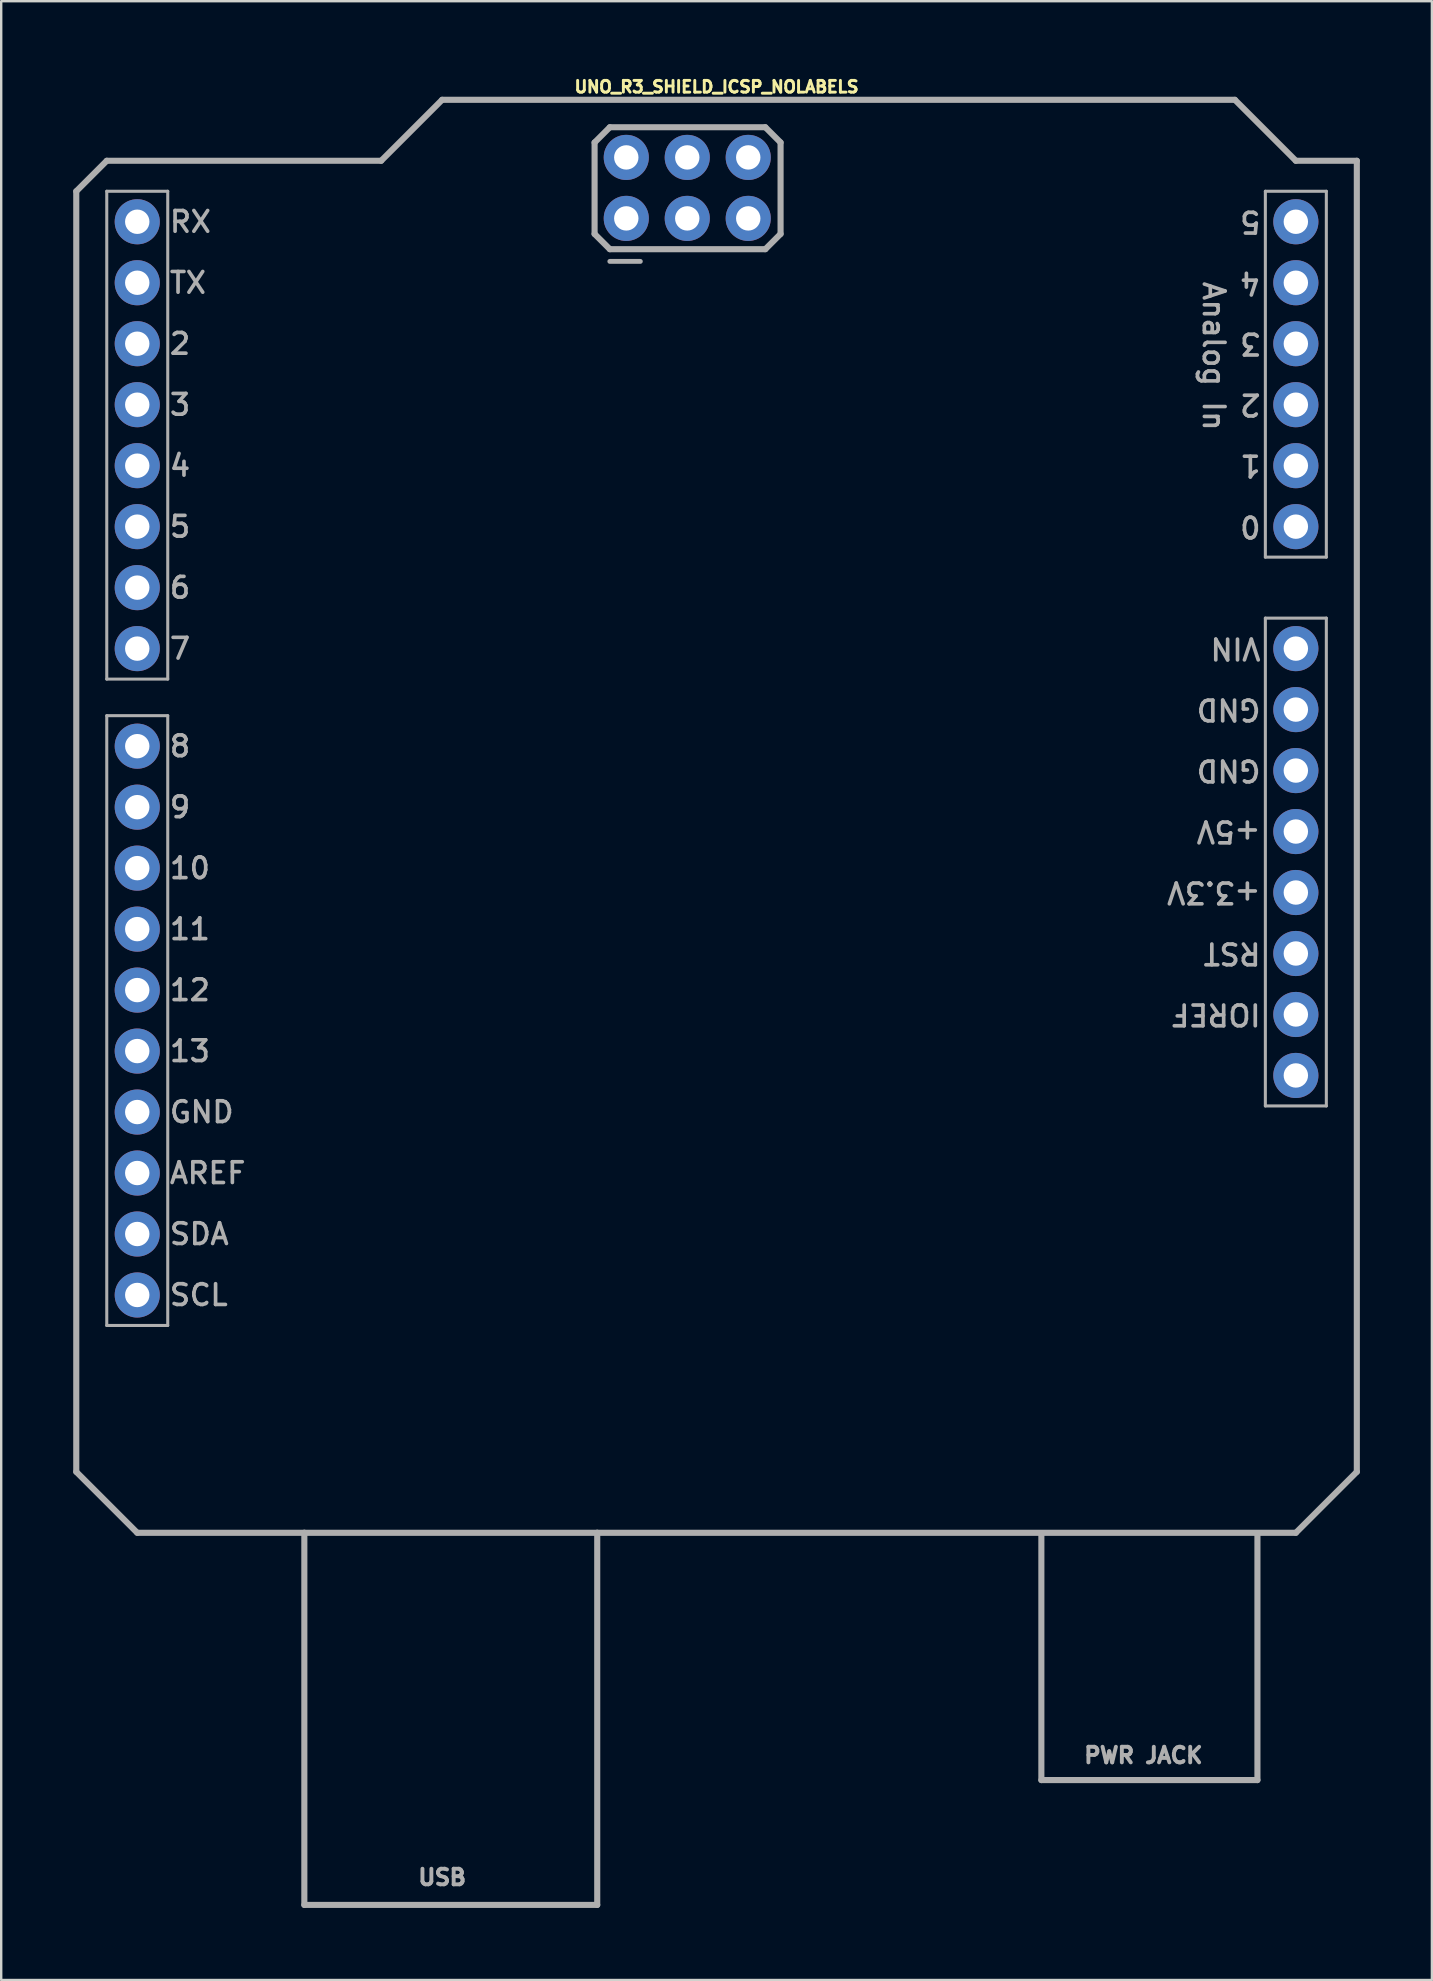
<source format=kicad_pcb>
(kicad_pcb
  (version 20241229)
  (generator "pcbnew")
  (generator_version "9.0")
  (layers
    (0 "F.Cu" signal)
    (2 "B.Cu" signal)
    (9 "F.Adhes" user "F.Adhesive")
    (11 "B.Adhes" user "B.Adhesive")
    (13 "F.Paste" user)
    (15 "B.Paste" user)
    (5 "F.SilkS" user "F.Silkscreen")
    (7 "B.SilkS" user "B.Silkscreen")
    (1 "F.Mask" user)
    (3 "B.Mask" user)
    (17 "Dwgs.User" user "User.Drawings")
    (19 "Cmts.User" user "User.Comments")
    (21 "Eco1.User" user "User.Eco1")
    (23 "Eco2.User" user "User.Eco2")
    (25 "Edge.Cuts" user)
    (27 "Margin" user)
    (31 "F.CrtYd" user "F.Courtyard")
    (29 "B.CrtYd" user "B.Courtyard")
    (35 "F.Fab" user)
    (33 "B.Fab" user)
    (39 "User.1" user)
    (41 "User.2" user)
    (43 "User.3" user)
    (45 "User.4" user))
  (footprint "UNO_R3_SHIELD_ICSP_NOLABELS"
    (layer "F.Cu")
    (at 26.797 30.317)
    (property "Reference" "UNO_R3_SHIELD_ICSP_NOLABELS" (at 0 -29.464 0) (unlocked yes) (layer "F.SilkS") (effects (font (size 0.488 0.488) (thickness 0.122)) (justify bottom)))
    (fp_line (start -26.67 -25.4) (end -26.67 27.94) (stroke (width 0.254) (type solid)) (layer "F.Fab"))
    (fp_line (start -26.67 27.94) (end -24.13 30.48) (stroke (width 0.254) (type solid)) (layer "F.Fab"))
    (fp_line (start -25.4 -26.67) (end -26.67 -25.4) (stroke (width 0.254) (type solid)) (layer "F.Fab"))
    (fp_line (start -25.4 -25.4) (end -22.86 -25.4) (stroke (width 0.127) (type solid)) (layer "F.Fab"))
    (fp_line (start -25.4 -5.08) (end -25.4 -25.4) (stroke (width 0.127) (type solid)) (layer "F.Fab"))
    (fp_line (start -25.4 -3.556) (end -22.86 -3.556) (stroke (width 0.127) (type solid)) (layer "F.Fab"))
    (fp_line (start -25.4 21.844) (end -25.4 -3.556) (stroke (width 0.127) (type solid)) (layer "F.Fab"))
    (fp_line (start -24.13 30.48) (end -17.17 30.48) (stroke (width 0.254) (type solid)) (layer "F.Fab"))
    (fp_line (start -22.86 -25.4) (end -22.86 -5.08) (stroke (width 0.127) (type solid)) (layer "F.Fab"))
    (fp_line (start -22.86 -5.08) (end -25.4 -5.08) (stroke (width 0.127) (type solid)) (layer "F.Fab"))
    (fp_line (start -22.86 -3.556) (end -22.86 21.844) (stroke (width 0.127) (type solid)) (layer "F.Fab"))
    (fp_line (start -22.86 21.844) (end -25.4 21.844) (stroke (width 0.127) (type solid)) (layer "F.Fab"))
    (fp_line (start -17.17 30.48) (end -4.97 30.48) (stroke (width 0.254) (type solid)) (layer "F.Fab"))
    (fp_line (start -17.17 45.98) (end -17.17 30.48) (stroke (width 0.254) (type solid)) (layer "F.Fab"))
    (fp_line (start -17.17 45.98) (end -4.97 45.98) (stroke (width 0.254) (type solid)) (layer "F.Fab"))
    (fp_line (start -13.97 -26.67) (end -25.4 -26.67) (stroke (width 0.254) (type solid)) (layer "F.Fab"))
    (fp_line (start -11.43 -29.21) (end -13.97 -26.67) (stroke (width 0.254) (type solid)) (layer "F.Fab"))
    (fp_line (start -5.08 -27.432) (end -4.445 -28.067) (stroke (width 0.254) (type solid)) (layer "F.Fab"))
    (fp_line (start -5.08 -23.622) (end -5.08 -27.432) (stroke (width 0.254) (type solid)) (layer "F.Fab"))
    (fp_line (start -4.97 30.48) (end 24.13 30.48) (stroke (width 0.254) (type solid)) (layer "F.Fab"))
    (fp_line (start -4.97 45.98) (end -4.97 30.48) (stroke (width 0.254) (type solid)) (layer "F.Fab"))
    (fp_line (start -4.445 -28.067) (end 2.032 -28.067) (stroke (width 0.254) (type solid)) (layer "F.Fab"))
    (fp_line (start -4.445 -22.987) (end -5.08 -23.622) (stroke (width 0.254) (type solid)) (layer "F.Fab"))
    (fp_line (start -3.175 -22.479) (end -4.445 -22.479) (stroke (width 0.203) (type solid)) (layer "F.Fab"))
    (fp_line (start 2.032 -28.067) (end 2.667 -27.432) (stroke (width 0.254) (type solid)) (layer "F.Fab"))
    (fp_line (start 2.032 -22.987) (end -4.445 -22.987) (stroke (width 0.254) (type solid)) (layer "F.Fab"))
    (fp_line (start 2.667 -27.432) (end 2.667 -23.622) (stroke (width 0.254) (type solid)) (layer "F.Fab"))
    (fp_line (start 2.667 -23.622) (end 2.032 -22.987) (stroke (width 0.254) (type solid)) (layer "F.Fab"))
    (fp_line (start 13.53 40.78) (end 13.53 30.58) (stroke (width 0.254) (type solid)) (layer "F.Fab"))
    (fp_line (start 13.53 40.78) (end 22.53 40.78) (stroke (width 0.254) (type solid)) (layer "F.Fab"))
    (fp_line (start 21.59 -29.21) (end -11.43 -29.21) (stroke (width 0.254) (type solid)) (layer "F.Fab"))
    (fp_line (start 22.53 40.78) (end 22.53 30.58) (stroke (width 0.254) (type solid)) (layer "F.Fab"))
    (fp_line (start 22.86 -25.4) (end 25.4 -25.4) (stroke (width 0.127) (type solid)) (layer "F.Fab"))
    (fp_line (start 22.86 -10.16) (end 22.86 -25.4) (stroke (width 0.127) (type solid)) (layer "F.Fab"))
    (fp_line (start 22.86 -7.62) (end 22.86 12.7) (stroke (width 0.127) (type solid)) (layer "F.Fab"))
    (fp_line (start 22.86 12.7) (end 25.4 12.7) (stroke (width 0.127) (type solid)) (layer "F.Fab"))
    (fp_line (start 24.13 -26.67) (end 21.59 -29.21) (stroke (width 0.254) (type solid)) (layer "F.Fab"))
    (fp_line (start 24.13 30.48) (end 26.67 27.94) (stroke (width 0.254) (type solid)) (layer "F.Fab"))
    (fp_line (start 25.4 -25.4) (end 25.4 -10.16) (stroke (width 0.127) (type solid)) (layer "F.Fab"))
    (fp_line (start 25.4 -10.16) (end 22.86 -10.16) (stroke (width 0.127) (type solid)) (layer "F.Fab"))
    (fp_line (start 25.4 -7.62) (end 22.86 -7.62) (stroke (width 0.127) (type solid)) (layer "F.Fab"))
    (fp_line (start 25.4 12.7) (end 25.4 -7.62) (stroke (width 0.127) (type solid)) (layer "F.Fab"))
    (fp_line (start 26.67 -26.67) (end 24.13 -26.67) (stroke (width 0.254) (type solid)) (layer "F.Fab"))
    (fp_line (start 26.67 27.94) (end 26.67 -26.67) (stroke (width 0.254) (type solid)) (layer "F.Fab"))
    (fp_text user "5" (at -22.86 -10.922 0) (unlocked yes) (layer "F.Fab") (effects (font (size 0.864 0.864) (thickness 0.152)) (justify left bottom)))
    (fp_text user "TX" (at -22.86 -21.082 0) (unlocked yes) (layer "F.Fab") (effects (font (size 0.864 0.864) (thickness 0.152)) (justify left bottom)))
    (fp_text user "1" (at 22.746 -14.478 180) (unlocked yes) (layer "F.Fab") (effects (font (size 0.864 0.864) (thickness 0.152)) (justify left bottom)))
    (fp_text user "Analog In" (at 20.206 -21.717 270) (unlocked yes) (layer "F.Fab") (effects (font (size 0.864 0.864) (thickness 0.152)) (justify left bottom)))
    (fp_text user "12" (at -22.86 8.382 0) (unlocked yes) (layer "F.Fab") (effects (font (size 0.864 0.864) (thickness 0.152)) (justify left bottom)))
    (fp_text user "USB" (at -11.43 44.45 0) (unlocked yes) (layer "F.Fab") (effects (font (size 0.65 0.65) (thickness 0.163)) (justify top)))
    (fp_text user "GND" (at -22.86 13.462 0) (unlocked yes) (layer "F.Fab") (effects (font (size 0.864 0.864) (thickness 0.152)) (justify left bottom)))
    (fp_text user "GND" (at 22.746 -4.318 180) (unlocked yes) (layer "F.Fab") (effects (font (size 0.864 0.864) (thickness 0.152)) (justify left bottom)))
    (fp_text user "+5V" (at 22.746 0.762 180) (unlocked yes) (layer "F.Fab") (effects (font (size 0.864 0.864) (thickness 0.152)) (justify left bottom)))
    (fp_text user "2" (at 22.746 -17.018 180) (unlocked yes) (layer "F.Fab") (effects (font (size 0.864 0.864) (thickness 0.152)) (justify left bottom)))
    (fp_text user "PWR JACK" (at 17.78 39.37 0) (unlocked yes) (layer "F.Fab") (effects (font (size 0.65 0.65) (thickness 0.163)) (justify top)))
    (fp_text user "AREF" (at -22.86 16.002 0) (unlocked yes) (layer "F.Fab") (effects (font (size 0.864 0.864) (thickness 0.152)) (justify left bottom)))
    (fp_text user "SDA" (at -22.86 18.542 0) (unlocked yes) (layer "F.Fab") (effects (font (size 0.864 0.864) (thickness 0.152)) (justify left bottom)))
    (fp_text user "13" (at -22.86 10.922 0) (unlocked yes) (layer "F.Fab") (effects (font (size 0.864 0.864) (thickness 0.152)) (justify left bottom)))
    (fp_text user "0" (at 22.746 -11.938 180) (unlocked yes) (layer "F.Fab") (effects (font (size 0.864 0.864) (thickness 0.152)) (justify left bottom)))
    (fp_text user "2" (at -22.86 -18.542 0) (unlocked yes) (layer "F.Fab") (effects (font (size 0.864 0.864) (thickness 0.152)) (justify left bottom)))
    (fp_text user "5" (at 22.746 -24.638 180) (unlocked yes) (layer "F.Fab") (effects (font (size 0.864 0.864) (thickness 0.152)) (justify left bottom)))
    (fp_text user "7" (at -22.86 -5.842 0) (unlocked yes) (layer "F.Fab") (effects (font (size 0.864 0.864) (thickness 0.152)) (justify left bottom)))
    (fp_text user "RST" (at 22.746 5.842 180) (unlocked yes) (layer "F.Fab") (effects (font (size 0.864 0.864) (thickness 0.152)) (justify left bottom)))
    (fp_text user "RX" (at -22.86 -23.622 0) (unlocked yes) (layer "F.Fab") (effects (font (size 0.864 0.864) (thickness 0.152)) (justify left bottom)))
    (fp_text user "6" (at -22.86 -8.382 0) (unlocked yes) (layer "F.Fab") (effects (font (size 0.864 0.864) (thickness 0.152)) (justify left bottom)))
    (fp_text user "3" (at 22.746 -19.558 180) (unlocked yes) (layer "F.Fab") (effects (font (size 0.864 0.864) (thickness 0.152)) (justify left bottom)))
    (fp_text user "GND" (at 22.746 -1.778 180) (unlocked yes) (layer "F.Fab") (effects (font (size 0.864 0.864) (thickness 0.152)) (justify left bottom)))
    (fp_text user "11" (at -22.86 5.842 0) (unlocked yes) (layer "F.Fab") (effects (font (size 0.864 0.864) (thickness 0.152)) (justify left bottom)))
    (fp_text user "9" (at -22.86 0.762 0) (unlocked yes) (layer "F.Fab") (effects (font (size 0.864 0.864) (thickness 0.152)) (justify left bottom)))
    (fp_text user "8" (at -22.86 -1.778 0) (unlocked yes) (layer "F.Fab") (effects (font (size 0.864 0.864) (thickness 0.152)) (justify left bottom)))
    (fp_text user "4" (at 22.746 -22.098 180) (unlocked yes) (layer "F.Fab") (effects (font (size 0.864 0.864) (thickness 0.152)) (justify left bottom)))
    (fp_text user "10" (at -22.86 3.302 0) (unlocked yes) (layer "F.Fab") (effects (font (size 0.864 0.864) (thickness 0.152)) (justify left bottom)))
    (fp_text user "VIN" (at 22.746 -6.858 180) (unlocked yes) (layer "F.Fab") (effects (font (size 0.864 0.864) (thickness 0.152)) (justify left bottom)))
    (fp_text user "IOREF" (at 22.746 8.382 180) (unlocked yes) (layer "F.Fab") (effects (font (size 0.864 0.864) (thickness 0.152)) (justify left bottom)))
    (fp_text user "SCL" (at -22.86 21.082 0) (unlocked yes) (layer "F.Fab") (effects (font (size 0.864 0.864) (thickness 0.152)) (justify left bottom)))
    (fp_text user "3" (at -22.86 -16.002 0) (unlocked yes) (layer "F.Fab") (effects (font (size 0.864 0.864) (thickness 0.152)) (justify left bottom)))
    (fp_text user "4" (at -22.86 -13.462 0) (unlocked yes) (layer "F.Fab") (effects (font (size 0.864 0.864) (thickness 0.152)) (justify left bottom)))
    (fp_text user "+3.3V" (at 22.746 3.302 180) (unlocked yes) (layer "F.Fab") (effects (font (size 0.864 0.864) (thickness 0.152)) (justify left bottom)))
    (pad "3.3V" thru_hole circle (at 24.13 3.81 90) (size 1.88 1.88) (drill 1.016) (layers "*.Cu" "*.Mask"))
    (pad "5V" thru_hole circle (at 24.13 1.27 90) (size 1.88 1.88) (drill 1.016) (layers "*.Cu" "*.Mask"))
    (pad "5V_ICSP" thru_hole circle (at -3.76 -26.81 90) (size 1.88 1.88) (drill 1.016) (layers "*.Cu" "*.Mask"))
    (pad "A0" thru_hole circle (at 24.13 -11.43 90) (size 1.88 1.88) (drill 1.016) (layers "*.Cu" "*.Mask"))
    (pad "A1" thru_hole circle (at 24.13 -13.97 90) (size 1.88 1.88) (drill 1.016) (layers "*.Cu" "*.Mask"))
    (pad "A2" thru_hole circle (at 24.13 -16.51 90) (size 1.88 1.88) (drill 1.016) (layers "*.Cu" "*.Mask"))
    (pad "A3" thru_hole circle (at 24.13 -19.05 90) (size 1.88 1.88) (drill 1.016) (layers "*.Cu" "*.Mask"))
    (pad "A4" thru_hole circle (at 24.13 -21.59 90) (size 1.88 1.88) (drill 1.016) (layers "*.Cu" "*.Mask"))
    (pad "A5" thru_hole circle (at 24.13 -24.13 90) (size 1.88 1.88) (drill 1.016) (layers "*.Cu" "*.Mask"))
    (pad "AREF" thru_hole circle (at -24.13 15.494 90) (size 1.88 1.88) (drill 1.016) (layers "*.Cu" "*.Mask"))
    (pad "D2" thru_hole circle (at -24.13 -19.05 90) (size 1.88 1.88) (drill 1.016) (layers "*.Cu" "*.Mask"))
    (pad "D3" thru_hole circle (at -24.13 -16.51 90) (size 1.88 1.88) (drill 1.016) (layers "*.Cu" "*.Mask"))
    (pad "D4" thru_hole circle (at -24.13 -13.97 90) (size 1.88 1.88) (drill 1.016) (layers "*.Cu" "*.Mask"))
    (pad "D5" thru_hole circle (at -24.13 -11.43 90) (size 1.88 1.88) (drill 1.016) (layers "*.Cu" "*.Mask"))
    (pad "D6" thru_hole circle (at -24.13 -8.89 90) (size 1.88 1.88) (drill 1.016) (layers "*.Cu" "*.Mask"))
    (pad "D7" thru_hole circle (at -24.13 -6.35 90) (size 1.88 1.88) (drill 1.016) (layers "*.Cu" "*.Mask"))
    (pad "D8" thru_hole circle (at -24.13 -2.286 90) (size 1.88 1.88) (drill 1.016) (layers "*.Cu" "*.Mask"))
    (pad "D9" thru_hole circle (at -24.13 0.254 90) (size 1.88 1.88) (drill 1.016) (layers "*.Cu" "*.Mask"))
    (pad "D10" thru_hole circle (at -24.13 2.794 90) (size 1.88 1.88) (drill 1.016) (layers "*.Cu" "*.Mask"))
    (pad "D11" thru_hole circle (at -24.13 5.334 90) (size 1.88 1.88) (drill 1.016) (layers "*.Cu" "*.Mask"))
    (pad "D12" thru_hole circle (at -24.13 7.874 90) (size 1.88 1.88) (drill 1.016) (layers "*.Cu" "*.Mask"))
    (pad "D13" thru_hole circle (at -24.13 10.414 90) (size 1.88 1.88) (drill 1.016) (layers "*.Cu" "*.Mask"))
    (pad "GND@0" thru_hole circle (at 24.13 -1.27 90) (size 1.88 1.88) (drill 1.016) (layers "*.Cu" "*.Mask"))
    (pad "GND@1" thru_hole circle (at 24.13 -3.81 90) (size 1.88 1.88) (drill 1.016) (layers "*.Cu" "*.Mask"))
    (pad "GND@2" thru_hole circle (at -24.13 12.954 90) (size 1.88 1.88) (drill 1.016) (layers "*.Cu" "*.Mask"))
    (pad "GND_ICSP" thru_hole circle (at 1.32 -26.81 90) (size 1.88 1.88) (drill 1.016) (layers "*.Cu" "*.Mask"))
    (pad "IOREF" thru_hole circle (at 24.13 8.89 90) (size 1.88 1.88) (drill 1.016) (layers "*.Cu" "*.Mask"))
    (pad "MISO" thru_hole circle (at -3.76 -24.27 90) (size 1.88 1.88) (drill 1.016) (layers "*.Cu" "*.Mask"))
    (pad "MOSI" thru_hole circle (at -1.22 -26.81 90) (size 1.88 1.88) (drill 1.016) (layers "*.Cu" "*.Mask"))
    (pad "NC" thru_hole circle (at 24.13 11.43 90) (size 1.88 1.88) (drill 1.016) (layers "*.Cu" "*.Mask"))
    (pad "RES" thru_hole circle (at 24.13 6.35 90) (size 1.88 1.88) (drill 1.016) (layers "*.Cu" "*.Mask"))
    (pad "RST_ICSP" thru_hole circle (at 1.32 -24.27 90) (size 1.88 1.88) (drill 1.016) (layers "*.Cu" "*.Mask"))
    (pad "RX" thru_hole circle (at -24.13 -24.13 90) (size 1.88 1.88) (drill 1.016) (layers "*.Cu" "*.Mask"))
    (pad "SCK" thru_hole circle (at -1.22 -24.27 90) (size 1.88 1.88) (drill 1.016) (layers "*.Cu" "*.Mask"))
    (pad "SCL" thru_hole circle (at -24.13 20.574 90) (size 1.88 1.88) (drill 1.016) (layers "*.Cu" "*.Mask"))
    (pad "SDA" thru_hole circle (at -24.13 18.034 90) (size 1.88 1.88) (drill 1.016) (layers "*.Cu" "*.Mask"))
    (pad "TX" thru_hole circle (at -24.13 -21.59 90) (size 1.88 1.88) (drill 1.016) (layers "*.Cu" "*.Mask"))
    (pad "VIN" thru_hole circle (at 24.13 -6.35 90) (size 1.88 1.88) (drill 1.016) (layers "*.Cu" "*.Mask")))
  (gr_rect
    (start -3 -3)
    (end 56.594 79.424)
    (stroke (width 0.1) (type default))
    (fill no)
    (layer "Edge.Cuts")))
</source>
